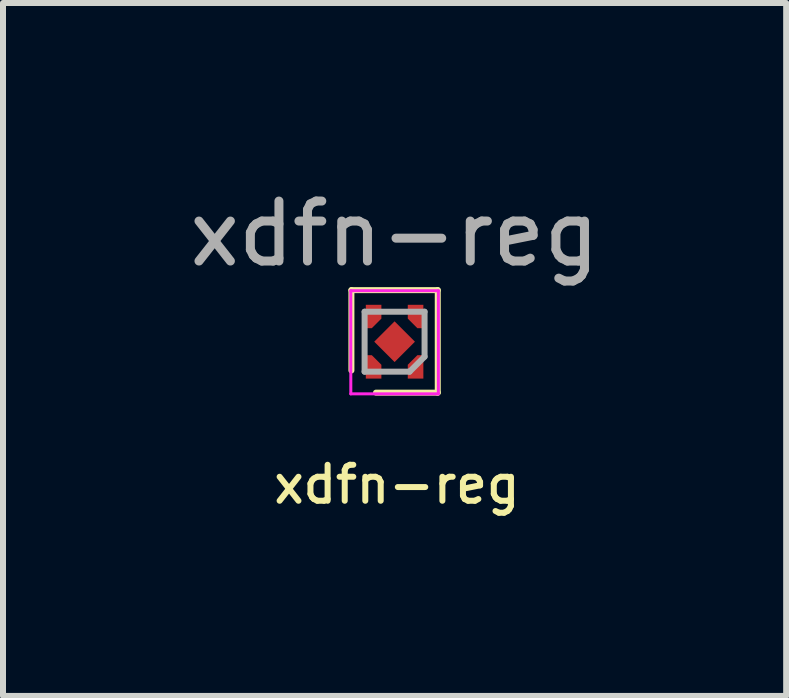
<source format=kicad_pcb>
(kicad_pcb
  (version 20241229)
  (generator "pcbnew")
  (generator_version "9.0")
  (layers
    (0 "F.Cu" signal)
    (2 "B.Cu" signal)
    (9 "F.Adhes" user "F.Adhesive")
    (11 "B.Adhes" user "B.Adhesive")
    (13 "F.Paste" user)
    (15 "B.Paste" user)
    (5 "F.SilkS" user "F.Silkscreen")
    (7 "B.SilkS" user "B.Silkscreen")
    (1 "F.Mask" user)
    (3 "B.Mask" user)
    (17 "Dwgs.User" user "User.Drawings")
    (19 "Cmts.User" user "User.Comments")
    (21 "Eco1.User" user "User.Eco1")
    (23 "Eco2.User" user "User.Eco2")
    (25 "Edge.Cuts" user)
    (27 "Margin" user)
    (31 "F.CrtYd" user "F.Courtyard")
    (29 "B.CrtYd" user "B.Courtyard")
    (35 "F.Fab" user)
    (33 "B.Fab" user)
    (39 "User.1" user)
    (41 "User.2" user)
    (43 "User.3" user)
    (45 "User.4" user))
  (footprint "xdfn-reg"
    (layer "F.Cu")
    (at 3.53 2.648)
    (property "Reference" "xdfn-reg" (at 0.04 2.38 0) (unlocked yes) (layer "F.SilkS") (effects (font (size 0.6 0.6) (thickness 0.1))))
    (attr smd)
    (fp_line (start -0.72 -0.86) (end -0.72 0.48) (stroke (width 0.1) (type solid)) (layer "F.SilkS"))
    (fp_line (start 0.72 -0.86) (end -0.72 -0.86) (stroke (width 0.1) (type solid)) (layer "F.SilkS"))
    (fp_line (start 0.72 0.85) (end -0.31 0.85) (stroke (width 0.1) (type solid)) (layer "F.SilkS"))
    (fp_line (start 0.72 0.85) (end 0.72 -0.86) (stroke (width 0.1) (type solid)) (layer "F.SilkS"))
    (fp_line (start -0.73 -0.85) (end 0.73 -0.85) (stroke (width 0.05) (type solid)) (layer "F.CrtYd"))
    (fp_line (start -0.73 0.87) (end -0.73 -0.85) (stroke (width 0.05) (type solid)) (layer "F.CrtYd"))
    (fp_line (start 0.73 -0.85) (end 0.73 0.87) (stroke (width 0.05) (type solid)) (layer "F.CrtYd"))
    (fp_line (start 0.73 0.87) (end -0.73 0.87) (stroke (width 0.05) (type solid)) (layer "F.CrtYd"))
    (fp_line (start -0.5 -0.5) (end 0.5 -0.5) (stroke (width 0.1) (type solid)) (layer "F.Fab"))
    (fp_line (start -0.5 0.5) (end -0.5 -0.5) (stroke (width 0.1) (type solid)) (layer "F.Fab"))
    (fp_line (start 0.25 0.5) (end -0.5 0.5) (stroke (width 0.1) (type solid)) (layer "F.Fab"))
    (fp_line (start 0.5 -0.5) (end 0.5 0.25) (stroke (width 0.1) (type solid)) (layer "F.Fab"))
    (fp_line (start 0.5 0.25) (end 0.25 0.5) (stroke (width 0.1) (type solid)) (layer "F.Fab"))
    (fp_text user "${REFERENCE}" (at 0 -1.8 0) (unlocked yes) (layer "F.Fab") (effects (font (size 1 1) (thickness 0.15))))
    (pad "1" smd custom (at -0.35 0.5) (size 0.26 0.23) (layers "F.Cu" "F.Mask" "F.Paste") (options (anchor rect)) (primitives (gr_poly (pts (xy 0.13 -0.115) (xy -0.13 -0.115) (xy -0.13 -0.275) (xy -0.03 -0.275)) (width 0) (fill yes))))
    (pad "2" smd custom (at 0.35 0.5) (size 0.26 0.23) (layers "F.Cu" "F.Mask" "F.Paste") (options (anchor rect)) (primitives (gr_poly (pts (xy 0.13 -0.115) (xy -0.13 -0.115) (xy 0.03 -0.275) (xy 0.13 -0.275)) (width 0) (fill yes))))
    (pad "3" smd custom (at 0.35 -0.5 180) (size 0.26 0.23) (layers "F.Cu" "F.Mask" "F.Paste") (options (anchor rect)) (primitives (gr_poly (pts (xy 0.13 -0.115) (xy -0.13 -0.115) (xy -0.13 -0.275) (xy -0.03 -0.275)) (width 0) (fill yes))))
    (pad "4" smd custom (at -0.35 -0.5 180) (size 0.26 0.23) (layers "F.Cu" "F.Mask" "F.Paste") (options (anchor rect)) (primitives (gr_poly (pts (xy 0.13 -0.115) (xy -0.13 -0.115) (xy 0.03 -0.275) (xy 0.13 -0.275)) (width 0) (fill yes))))
    (pad "5" smd rect (at 0 0 225) (size 0.48 0.48) (layers "F.Cu" "F.Mask" "F.Paste")))
  (gr_rect
    (start -3 -3)
    (end 10.06 8.555)
    (stroke (width 0.1) (type default))
    (fill no)
    (layer "Edge.Cuts")))
</source>
